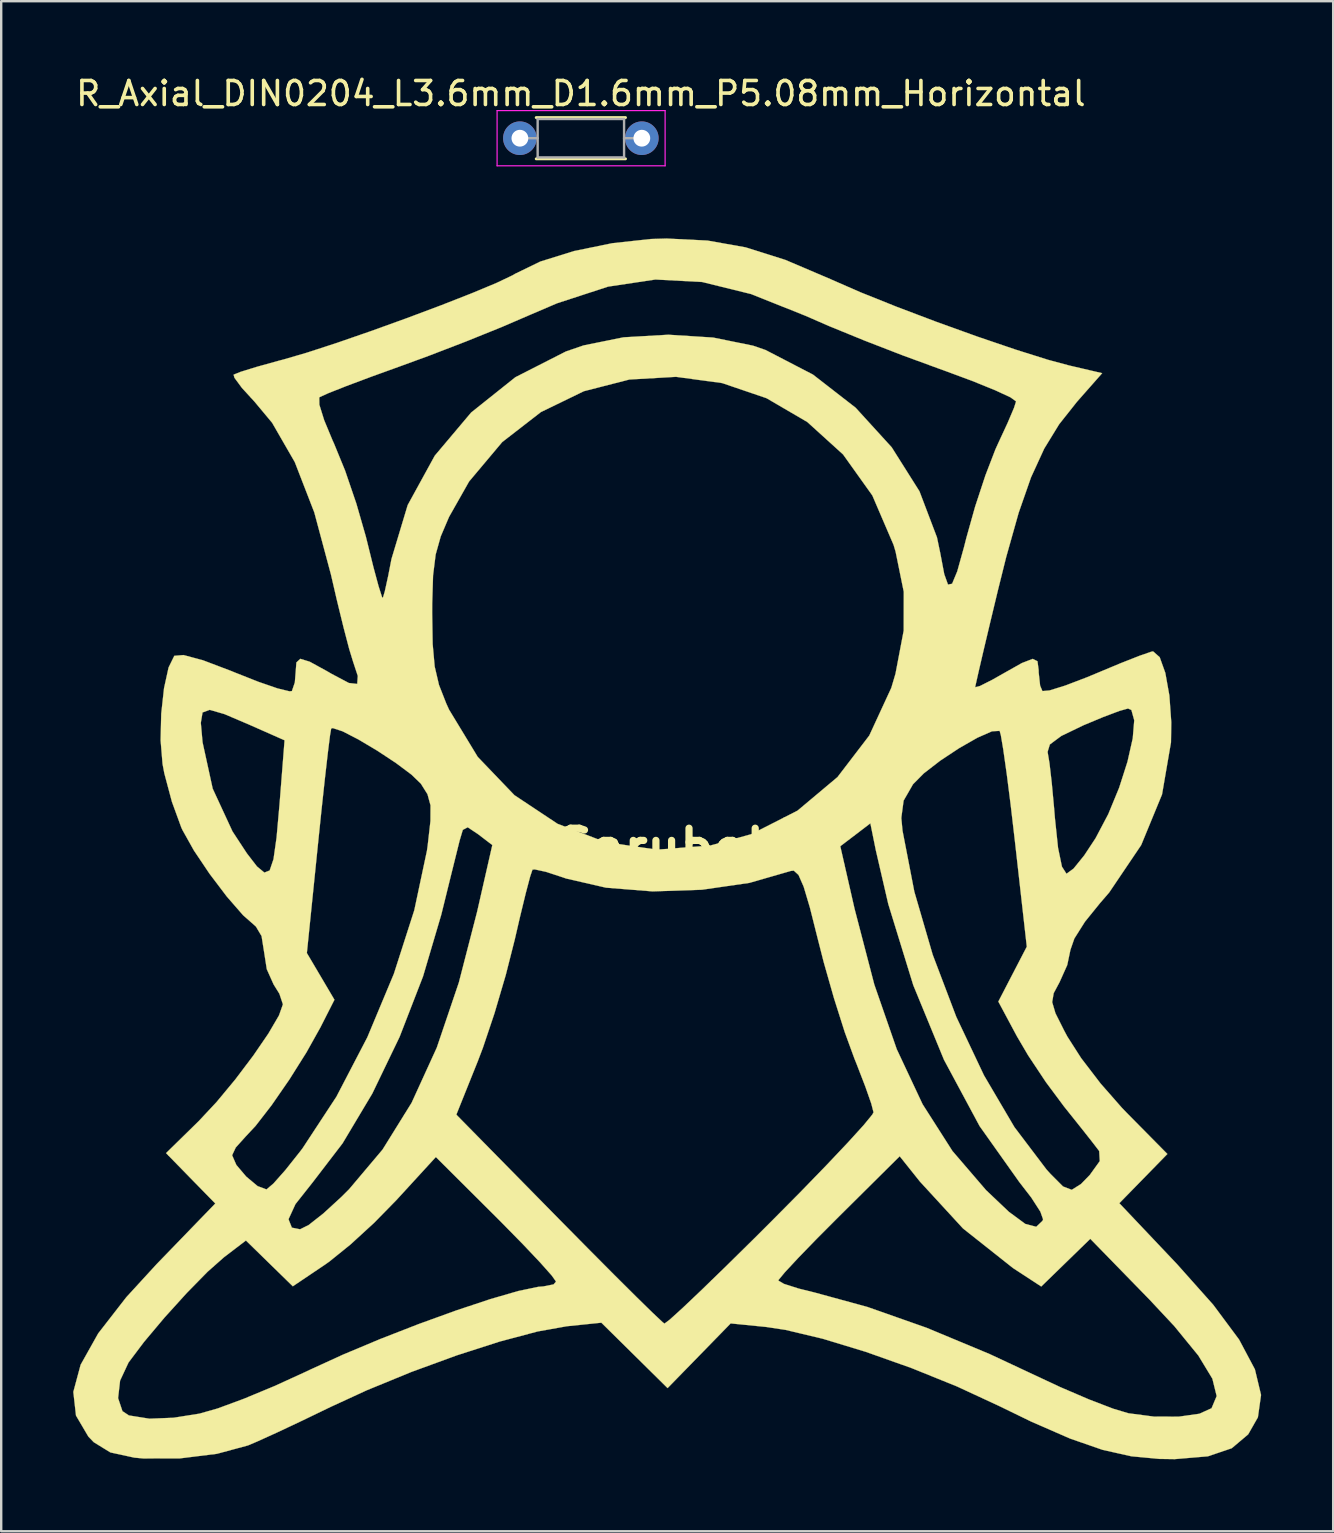
<source format=kicad_pcb>
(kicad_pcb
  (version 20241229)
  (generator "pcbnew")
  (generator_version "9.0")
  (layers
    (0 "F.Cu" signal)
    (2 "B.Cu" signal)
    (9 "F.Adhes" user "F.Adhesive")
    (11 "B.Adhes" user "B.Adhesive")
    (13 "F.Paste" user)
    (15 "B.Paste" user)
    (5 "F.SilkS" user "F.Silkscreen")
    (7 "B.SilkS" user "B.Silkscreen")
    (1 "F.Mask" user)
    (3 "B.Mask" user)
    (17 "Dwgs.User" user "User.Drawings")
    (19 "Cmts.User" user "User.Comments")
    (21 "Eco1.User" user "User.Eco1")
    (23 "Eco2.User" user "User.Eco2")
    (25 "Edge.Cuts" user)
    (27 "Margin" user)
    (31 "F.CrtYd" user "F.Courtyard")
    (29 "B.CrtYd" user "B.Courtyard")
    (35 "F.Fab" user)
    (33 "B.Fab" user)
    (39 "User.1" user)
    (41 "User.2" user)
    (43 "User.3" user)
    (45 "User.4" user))
  (footprint "R_Axial_DIN0204_L3.6mm_D1.6mm_P5.08mm_Horizontal"
    (layer "F.Cu")
    (at 18.609 2.708)
    (property "Reference" "R_Axial_DIN0204_L3.6mm_D1.6mm_P5.08mm_Horizontal" (at 2.54 -1.86 0) (layer "F.SilkS") (effects (font (size 1 1) (thickness 0.15))))
    (attr through_hole)
    (fp_line (start 0.68 -0.86) (end 4.4 -0.86) (stroke (width 0.12) (type solid)) (layer "F.SilkS"))
    (fp_line (start 0.68 0.86) (end 4.4 0.86) (stroke (width 0.12) (type solid)) (layer "F.SilkS"))
    (fp_line (start -0.95 -1.15) (end -0.95 1.15) (stroke (width 0.05) (type solid)) (layer "F.CrtYd"))
    (fp_line (start -0.95 1.15) (end 6.05 1.15) (stroke (width 0.05) (type solid)) (layer "F.CrtYd"))
    (fp_line (start 6.05 -1.15) (end -0.95 -1.15) (stroke (width 0.05) (type solid)) (layer "F.CrtYd"))
    (fp_line (start 6.05 1.15) (end 6.05 -1.15) (stroke (width 0.05) (type solid)) (layer "F.CrtYd"))
    (fp_line (start 0 0) (end 0.74 0) (stroke (width 0.1) (type solid)) (layer "F.Fab"))
    (fp_line (start 0.74 -0.8) (end 0.74 0.8) (stroke (width 0.1) (type solid)) (layer "F.Fab"))
    (fp_line (start 0.74 0.8) (end 4.34 0.8) (stroke (width 0.1) (type solid)) (layer "F.Fab"))
    (fp_line (start 4.34 -0.8) (end 0.74 -0.8) (stroke (width 0.1) (type solid)) (layer "F.Fab"))
    (fp_line (start 4.34 0.8) (end 4.34 -0.8) (stroke (width 0.1) (type solid)) (layer "F.Fab"))
    (fp_line (start 5.08 0) (end 4.34 0) (stroke (width 0.1) (type solid)) (layer "F.Fab"))
    (pad "1" thru_hole circle (at 0 0) (size 1.4 1.4) (drill 0.7) (layers "*.Cu" "*.Mask"))
    (pad "2" thru_hole oval (at 5.08 0) (size 1.4 1.4) (drill 0.7) (layers "*.Cu" "*.Mask")))
  (footprint "Sarubobo1"
    (layer "F.Cu")
    (at 26.199 32.288)
    (property "Reference" "Sarubobo1" (at 0 0 0) (layer "F.SilkS") (effects (font (size 1.524 1.524) (thickness 0.3))))
    (attr through_hole)
    (fp_poly (pts (xy 0.224 -25.316) (xy 1.814 -25.033) (xy 3.47 -24.51) (xy 5.364 -23.703) (xy 5.402 -23.685) (xy 6.603 -23.16) (xy 8.104 -22.558) (xy 9.77 -21.927) (xy 11.467 -21.316) (xy 13.06 -20.774) (xy 14.414 -20.348) (xy 15.279 -20.115) (xy 16.668 -19.791) (xy 15.613 -18.594) (xy 14.877 -17.665) (xy 14.254 -16.649) (xy 13.704 -15.451) (xy 13.189 -13.976) (xy 12.669 -12.13) (xy 12.324 -10.745) (xy 11.996 -9.379) (xy 11.717 -8.204) (xy 11.51 -7.313) (xy 11.394 -6.796) (xy 11.377 -6.706) (xy 11.581 -6.761) (xy 12.102 -7.025) (xy 12.525 -7.265) (xy 13.323 -7.715) (xy 13.773 -7.889) (xy 13.973 -7.791) (xy 14.022 -7.423) (xy 14.023 -7.32) (xy 14.083 -6.774) (xy 14.179 -6.547) (xy 14.476 -6.574) (xy 15.135 -6.779) (xy 16.036 -7.123) (xy 16.451 -7.296) (xy 17.43 -7.705) (xy 18.225 -8.018) (xy 18.71 -8.186) (xy 18.788 -8.202) (xy 19.065 -7.958) (xy 19.299 -7.304) (xy 19.468 -6.361) (xy 19.547 -5.249) (xy 19.535 -4.41) (xy 19.162 -2.241) (xy 18.293 -0.131) (xy 16.961 1.843) (xy 16.577 2.288) (xy 15.951 3.061) (xy 15.509 3.762) (xy 15.346 4.231) (xy 15.213 4.865) (xy 14.892 5.582) (xy 14.886 5.592) (xy 14.648 6.038) (xy 14.585 6.411) (xy 14.722 6.875) (xy 15.083 7.595) (xy 15.216 7.844) (xy 15.79 8.741) (xy 16.599 9.798) (xy 17.492 10.816) (xy 17.696 11.028) (xy 19.385 12.738) (xy 18.384 13.763) (xy 17.383 14.788) (xy 19.786 17.326) (xy 21.295 19.02) (xy 22.372 20.469) (xy 23.031 21.709) (xy 23.287 22.777) (xy 23.156 23.707) (xy 22.751 24.418) (xy 22.067 24.996) (xy 21.073 25.333) (xy 19.692 25.45) (xy 19.05 25.441) (xy 17.885 25.332) (xy 16.681 25.062) (xy 15.33 24.593) (xy 13.723 23.892) (xy 12.362 23.23) (xy 10.619 22.422) (xy 8.727 21.657) (xy 6.819 20.98) (xy 5.027 20.435) (xy 3.483 20.067) (xy 2.672 19.944) (xy 1.191 19.796) (xy -0.123 21.144) (xy -1.437 22.491) (xy -4.196 19.766) (xy -5.635 19.914) (xy -6.859 20.133) (xy -8.429 20.551) (xy -10.22 21.127) (xy -12.108 21.817) (xy -13.968 22.581) (xy -15.478 23.276) (xy -16.639 23.837) (xy -17.702 24.338) (xy -18.532 24.715) (xy -18.918 24.879) (xy -20.211 25.228) (xy -21.753 25.419) (xy -23.279 25.422) (xy -23.651 25.388) (xy -24.65 25.171) (xy -25.343 24.745) (xy -25.569 24.509) (xy -26.083 23.636) (xy -26.165 22.908) (xy -24.33 22.908) (xy -24.147 23.452) (xy -23.879 23.63) (xy -23.021 23.766) (xy -22.019 23.726) (xy -20.94 23.555) (xy -20.183 23.34) (xy -19.095 22.938) (xy -17.814 22.406) (xy -16.481 21.797) (xy -16.34 21.729) (xy -14.957 21.096) (xy -13.414 20.449) (xy -11.812 19.825) (xy -10.251 19.259) (xy -8.832 18.787) (xy -7.656 18.446) (xy -6.825 18.272) (xy -6.619 18.256) (xy -6.187 18.171) (xy -6.085 18.053) (xy -6.263 17.801) (xy -6.749 17.254) (xy -7.475 16.487) (xy -8.37 15.575) (xy -8.588 15.357) (xy -11.091 12.864) (xy -12.734 14.657) (xy -13.658 15.601) (xy -14.648 16.508) (xy -15.525 17.217) (xy -15.713 17.35) (xy -17.05 18.25) (xy -18.027 17.296) (xy -19.004 16.342) (xy -19.916 17.038) (xy -20.599 17.642) (xy -21.468 18.528) (xy -22.396 19.552) (xy -23.252 20.571) (xy -23.894 21.424) (xy -24.246 22.178) (xy -24.33 22.908) (xy -26.165 22.908) (xy -26.194 22.649) (xy -25.89 21.519) (xy -25.159 20.214) (xy -23.988 18.706) (xy -22.722 17.325) (xy -20.915 15.457) (xy -17.23 15.457) (xy -17.09 15.806) (xy -16.748 15.875) (xy -16.389 15.696) (xy -15.78 15.217) (xy -15.027 14.527) (xy -14.707 14.208) (xy -13.312 12.554) (xy -12.408 11.099) (xy -10.238 11.099) (xy -5.979 15.431) (xy -4.757 16.669) (xy -3.659 17.773) (xy -2.739 18.688) (xy -2.05 19.362) (xy -1.647 19.741) (xy -1.567 19.804) (xy -1.344 19.636) (xy -0.803 19.145) (xy 0.000466 18.382) (xy 0.383 18.01) (xy 3.175 18.01) (xy 3.411 18.149) (xy 4.022 18.344) (xy 4.696 18.511) (xy 6.887 19.11) (xy 9.358 19.98) (xy 11.973 21.07) (xy 13.662 21.86) (xy 14.919 22.448) (xy 16.122 22.964) (xy 17.128 23.35) (xy 17.763 23.54) (xy 18.814 23.677) (xy 19.855 23.681) (xy 20.717 23.56) (xy 21.225 23.33) (xy 21.438 22.823) (xy 21.259 22.098) (xy 20.674 21.134) (xy 19.674 19.91) (xy 18.638 18.802) (xy 16.173 16.272) (xy 14.13 18.259) (xy 12.952 17.489) (xy 10.871 15.841) (xy 9.077 13.889) (xy 8.233 12.832) (xy 5.704 15.341) (xy 4.775 16.273) (xy 4 17.073) (xy 3.447 17.668) (xy 3.186 17.984) (xy 3.175 18.01) (xy 0.383 18.01) (xy 1.013 17.399) (xy 2.18 16.249) (xy 2.865 15.566) (xy 4.09 14.33) (xy 5.178 13.208) (xy 6.076 12.258) (xy 6.731 11.537) (xy 7.09 11.099) (xy 7.143 11.002) (xy 7.048 10.635) (xy 6.797 9.92) (xy 6.44 8.995) (xy 6.346 8.762) (xy 5.943 7.659) (xy 5.496 6.251) (xy 5.068 4.748) (xy 4.826 3.799) (xy 4.493 2.477) (xy 4.233 1.604) (xy 4.018 1.113) (xy 3.821 0.933) (xy 3.704 0.944) (xy 1.971 1.443) (xy -0.008 1.729) (xy -2.058 1.798) (xy -4.002 1.643) (xy -5.664 1.261) (xy -5.796 1.215) (xy -6.503 0.983) (xy -6.972 0.881) (xy -7.066 0.892) (xy -7.162 1.177) (xy -7.345 1.869) (xy -7.585 2.857) (xy -7.805 3.808) (xy -8.18 5.286) (xy -8.647 6.871) (xy -9.13 8.31) (xy -9.339 8.86) (xy -10.238 11.099) (xy -12.408 11.099) (xy -12.102 10.606) (xy -11.052 8.307) (xy -10.134 5.597) (xy -9.372 2.646) (xy -8.739 -0.132) (xy -9.331 -0.585) (xy -9.763 -0.873) (xy -9.968 -0.765) (xy -10.101 -0.321) (xy -10.244 0.256) (xy -10.474 1.182) (xy -10.749 2.297) (xy -10.868 2.778) (xy -11.625 5.339) (xy -12.602 7.86) (xy -13.739 10.22) (xy -14.977 12.293) (xy -16.223 13.919) (xy -16.94 14.825) (xy -17.23 15.457) (xy -20.915 15.457) (xy -20.28 14.801) (xy -21.306 13.751) (xy -22.244 12.79) (xy -19.579 12.79) (xy -19.403 13.194) (xy -18.991 13.68) (xy -18.517 14.076) (xy -18.152 14.212) (xy -18.139 14.208) (xy -17.855 13.966) (xy -17.36 13.407) (xy -16.753 12.643) (xy -16.644 12.5) (xy -15.236 10.355) (xy -13.946 7.877) (xy -12.84 5.231) (xy -11.99 2.584) (xy -11.462 0.103) (xy -11.43 -0.127) (xy -11.316 -1.135) (xy -11.313 -1.787) (xy -11.44 -2.25) (xy -11.714 -2.687) (xy -11.716 -2.69) (xy -12.106 -3.066) (xy -12.754 -3.551) (xy -13.533 -4.065) (xy -14.316 -4.531) (xy -14.976 -4.871) (xy -15.386 -5.006) (xy -15.452 -4.986) (xy -15.5 -4.706) (xy -15.59 -3.986) (xy -15.713 -2.912) (xy -15.858 -1.57) (xy -15.993 -0.265) (xy -16.465 4.366) (xy -15.89 5.339) (xy -15.316 6.312) (xy -15.897 7.456) (xy -16.481 8.502) (xy -17.193 9.634) (xy -17.934 10.706) (xy -18.605 11.572) (xy -19.018 12.013) (xy -19.428 12.469) (xy -19.579 12.79) (xy -22.244 12.79) (xy -22.331 12.701) (xy -20.973 11.371) (xy -20.231 10.578) (xy -19.446 9.632) (xy -18.699 8.642) (xy -18.066 7.718) (xy -17.628 6.969) (xy -17.463 6.505) (xy -17.462 6.503) (xy -17.611 6.059) (xy -17.851 5.673) (xy -18.135 5.038) (xy -18.248 4.313) (xy -18.352 3.659) (xy -18.59 3.259) (xy -18.597 3.254) (xy -19.121 2.792) (xy -19.798 2.015) (xy -20.517 1.066) (xy -21.171 0.092) (xy -21.649 -0.762) (xy -21.696 -0.865) (xy -22.087 -1.936) (xy -22.403 -3.12) (xy -22.477 -3.511) (xy -22.558 -4.498) (xy -22.541 -5.226) (xy -20.883 -5.226) (xy -20.813 -4.443) (xy -20.808 -4.403) (xy -20.388 -2.482) (xy -19.563 -0.7) (xy -18.964 0.213) (xy -18.542 0.76) (xy -18.235 1.014) (xy -18.015 0.927) (xy -17.855 0.456) (xy -17.727 -0.446) (xy -17.604 -1.824) (xy -17.584 -2.077) (xy -17.394 -4.497) (xy -18.891 -5.159) (xy -19.9 -5.589) (xy -20.511 -5.766) (xy -20.811 -5.657) (xy -20.883 -5.226) (xy -22.541 -5.226) (xy -22.532 -5.605) (xy -22.415 -6.67) (xy -22.226 -7.53) (xy -21.988 -8.016) (xy -21.604 -8.048) (xy -20.797 -7.832) (xy -19.606 -7.38) (xy -19.489 -7.331) (xy -18.491 -6.936) (xy -17.685 -6.658) (xy -17.187 -6.537) (xy -17.089 -6.547) (xy -16.966 -6.907) (xy -16.933 -7.32) (xy -16.901 -7.74) (xy -16.739 -7.891) (xy -16.346 -7.771) (xy -15.623 -7.375) (xy -15.435 -7.265) (xy -14.714 -6.884) (xy -14.367 -6.845) (xy -14.344 -7.179) (xy -14.54 -7.774) (xy -14.7 -8.296) (xy -14.937 -9.201) (xy -15.081 -9.79) (xy -11.245 -9.79) (xy -11.224 -8.506) (xy -11.14 -7.571) (xy -10.961 -6.804) (xy -10.656 -6.026) (xy -10.541 -5.774) (xy -9.346 -3.805) (xy -7.818 -2.211) (xy -6.022 -1.018) (xy -4.021 -0.252) (xy -1.881 0.059) (xy -0.03 -0.083) (xy 5.758 -0.083) (xy 6.353 2.525) (xy 7.175 5.679) (xy 8.11 8.372) (xy 9.186 10.664) (xy 10.431 12.615) (xy 11.83 14.244) (xy 12.786 15.151) (xy 13.469 15.653) (xy 13.921 15.77) (xy 14.181 15.524) (xy 14.206 15.458) (xy 14.093 15.139) (xy 13.716 14.554) (xy 13.216 13.907) (xy 11.562 11.576) (xy 10.078 8.814) (xy 8.798 5.704) (xy 7.758 2.328) (xy 7.237 0.077) (xy 7.011 -1.038) (xy 6.385 -0.56) (xy 5.758 -0.083) (xy -0.03 -0.083) (xy 0.335 -0.111) (xy 2.051 -0.586) (xy 3.385 -1.265) (xy 8.3 -1.265) (xy 8.35 -0.733) (xy 8.843 1.811) (xy 9.608 4.437) (xy 10.591 7.027) (xy 11.743 9.46) (xy 13.012 11.618) (xy 14.346 13.38) (xy 14.508 13.56) (xy 15.036 14.09) (xy 15.4 14.231) (xy 15.786 13.988) (xy 16.151 13.614) (xy 16.568 13.034) (xy 16.544 12.617) (xy 16.528 12.593) (xy 16.241 12.22) (xy 15.73 11.573) (xy 15.104 10.79) (xy 15.081 10.761) (xy 14.325 9.745) (xy 13.581 8.625) (xy 13.116 7.833) (xy 12.342 6.388) (xy 12.935 5.244) (xy 13.528 4.101) (xy 13.029 -0.327) (xy 12.857 -1.8) (xy 12.694 -3.081) (xy 12.562 -4.012) (xy 14.393 -4.012) (xy 14.397 -3.998) (xy 14.472 -3.55) (xy 14.567 -2.725) (xy 14.665 -1.673) (xy 14.699 -1.257) (xy 14.83 -0.015) (xy 14.992 0.767) (xy 15.177 1.057) (xy 15.189 1.058) (xy 15.476 0.848) (xy 15.921 0.298) (xy 16.392 -0.416) (xy 16.922 -1.421) (xy 17.375 -2.52) (xy 17.723 -3.607) (xy 17.942 -4.579) (xy 18.004 -5.331) (xy 17.885 -5.76) (xy 17.745 -5.821) (xy 17.39 -5.722) (xy 16.705 -5.464) (xy 15.886 -5.122) (xy 14.965 -4.678) (xy 14.489 -4.324) (xy 14.393 -4.012) (xy 12.562 -4.012) (xy 12.553 -4.082) (xy 12.446 -4.713) (xy 12.396 -4.89) (xy 12.078 -4.872) (xy 11.473 -4.606) (xy 10.713 -4.172) (xy 9.925 -3.651) (xy 9.24 -3.122) (xy 8.788 -2.666) (xy 8.786 -2.663) (xy 8.396 -1.984) (xy 8.3 -1.265) (xy 3.385 -1.265) (xy 3.978 -1.568) (xy 5.64 -2.963) (xy 6.965 -4.694) (xy 7.883 -6.681) (xy 8.057 -7.268) (xy 8.399 -9.065) (xy 8.402 -10.684) (xy 8.062 -12.355) (xy 7.978 -12.637) (xy 7.093 -14.697) (xy 5.874 -16.405) (xy 4.383 -17.757) (xy 2.683 -18.75) (xy 0.839 -19.378) (xy -1.086 -19.639) (xy -3.029 -19.527) (xy -4.925 -19.04) (xy -6.713 -18.172) (xy -8.327 -16.921) (xy -9.705 -15.281) (xy -10.541 -13.805) (xy -10.888 -12.99) (xy -11.099 -12.238) (xy -11.207 -11.37) (xy -11.243 -10.205) (xy -11.245 -9.79) (xy -15.081 -9.79) (xy -15.218 -10.352) (xy -15.462 -11.406) (xy -16.155 -13.99) (xy -16.967 -16.085) (xy -17.912 -17.725) (xy -18.644 -18.603) (xy -18.809 -18.783) (xy -15.949 -18.783) (xy -15.945 -18.479) (xy -15.744 -17.833) (xy -15.389 -16.979) (xy -15.332 -16.855) (xy -14.874 -15.737) (xy -14.404 -14.361) (xy -14.009 -12.989) (xy -13.943 -12.724) (xy -13.689 -11.699) (xy -13.477 -10.914) (xy -13.337 -10.476) (xy -13.301 -10.423) (xy -13.218 -10.702) (xy -13.076 -11.349) (xy -12.939 -12.053) (xy -12.264 -14.297) (xy -11.136 -16.354) (xy -9.62 -18.153) (xy -7.778 -19.623) (xy -5.674 -20.695) (xy -4.94 -20.947) (xy -3.273 -21.285) (xy -1.405 -21.393) (xy 0.461 -21.275) (xy 2.122 -20.937) (xy 2.646 -20.756) (xy 4.619 -19.733) (xy 6.396 -18.353) (xy 7.901 -16.702) (xy 9.056 -14.872) (xy 9.786 -12.95) (xy 9.921 -12.303) (xy 10.089 -11.418) (xy 10.245 -10.984) (xy 10.416 -11.019) (xy 10.631 -11.536) (xy 10.914 -12.552) (xy 11.011 -12.934) (xy 11.375 -14.231) (xy 11.803 -15.532) (xy 12.22 -16.615) (xy 12.35 -16.902) (xy 12.728 -17.717) (xy 12.994 -18.344) (xy 13.081 -18.615) (xy 12.852 -18.783) (xy 12.214 -19.079) (xy 11.261 -19.466) (xy 10.084 -19.903) (xy 9.863 -19.982) (xy 8.354 -20.535) (xy 6.757 -21.154) (xy 5.282 -21.757) (xy 4.306 -22.183) (xy 2.043 -23.087) (xy 0.001 -23.59) (xy -1.944 -23.693) (xy -3.917 -23.397) (xy -6.043 -22.703) (xy -7.144 -22.232) (xy -8.337 -21.718) (xy -9.824 -21.117) (xy -11.396 -20.512) (xy -12.568 -20.083) (xy -13.785 -19.643) (xy -14.82 -19.255) (xy -15.571 -18.958) (xy -15.936 -18.792) (xy -15.949 -18.783) (xy -18.809 -18.783) (xy -19.174 -19.182) (xy -19.482 -19.6) (xy -19.517 -19.729) (xy -19.222 -19.848) (xy -18.548 -20.056) (xy -17.629 -20.311) (xy -17.434 -20.362) (xy -16.462 -20.646) (xy -15.213 -21.053) (xy -13.795 -21.544) (xy -12.313 -22.079) (xy -10.876 -22.618) (xy -9.589 -23.123) (xy -8.561 -23.552) (xy -7.897 -23.868) (xy -7.787 -23.933) (xy -6.738 -24.442) (xy -5.332 -24.88) (xy -3.74 -25.206) (xy -2.132 -25.381) (xy -1.475 -25.4) (xy 0.224 -25.316)) (stroke (width 0.01) (type solid)) (fill yes) (layer "F.SilkS")))
  (gr_rect
    (start -3 -3)
    (end 52.491 60.743)
    (stroke (width 0.1) (type default))
    (fill no)
    (layer "Edge.Cuts")))
</source>
